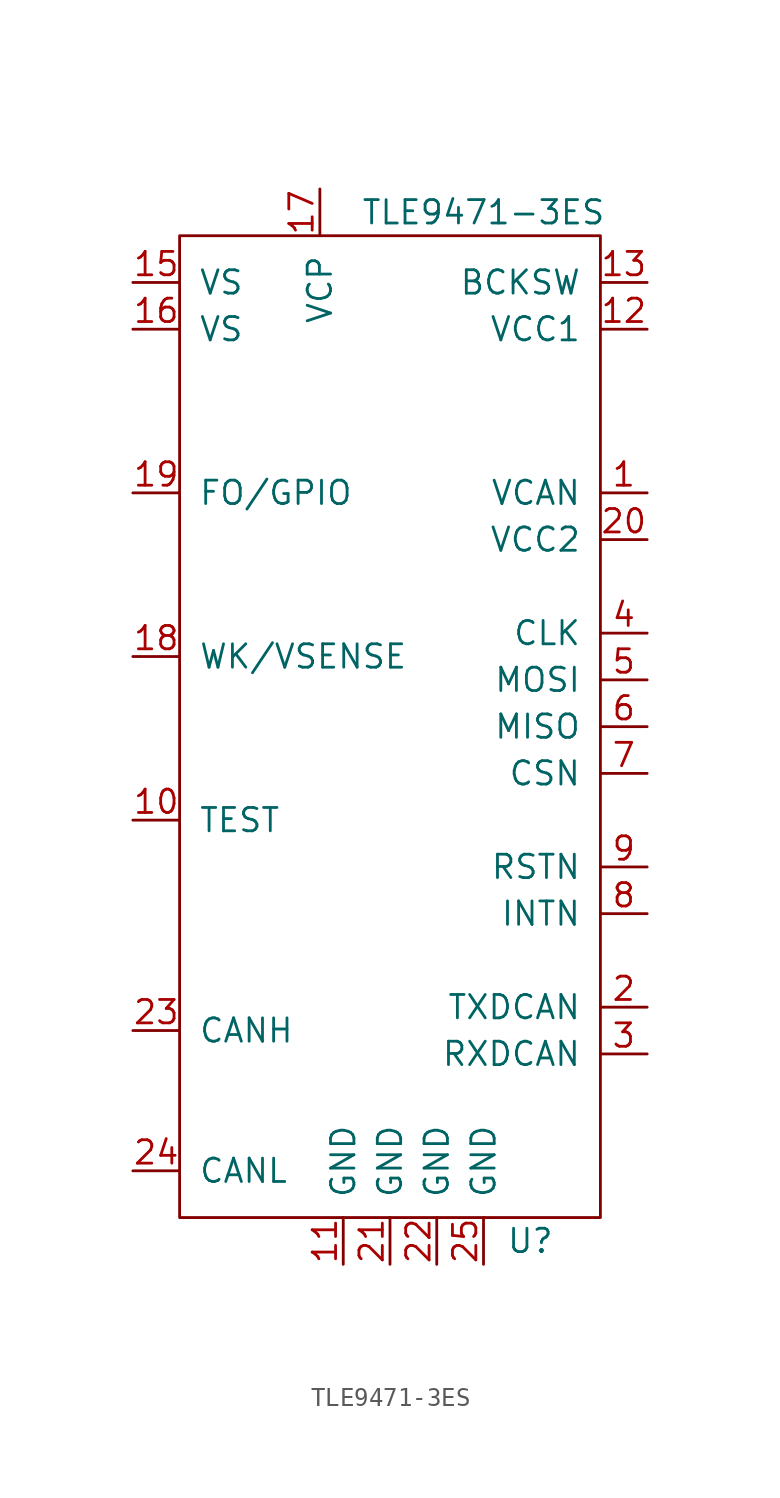
<source format=kicad_sym>
(kicad_symbol_lib
  (version 20241209)
  (generator "kicad_symbol_editor")
  (generator_version "9.0")
  (symbol "TLE9471-3ES"
    (pin_names
      (offset 1.016))
    (property "Reference" "U"
      (at 7.62 -27.94 0)
      (effects (font (size 1.27 1.27))))
    (property "Value" "TLE9471-3ES"
      (at 5.08 27.94 0)
      (effects (font (size 1.27 1.27))))
    (symbol "TLE9471-3ES_0_1"
      (rectangle (start -11.43 26.67) (end 11.43 -26.67) (stroke (width 0) (type solid)) (fill (type none))))
    (symbol "TLE9471-3ES_1_1"
      (pin power_in line (at -13.97 24.13 0) (length 2.54) (name "VS" (effects (font (size 1.27 1.27)))) (number "15" (effects (font (size 1.27 1.27)))))
      (pin power_in line (at -13.97 21.59 0) (length 2.54) (name "VS" (effects (font (size 1.27 1.27)))) (number "16" (effects (font (size 1.27 1.27)))))
      (pin bidirectional line (at -13.97 12.7 0) (length 2.54) (name "FO/GPIO" (effects (font (size 1.27 1.27)))) (number "19" (effects (font (size 1.27 1.27)))))
      (pin bidirectional line (at -13.97 3.81 0) (length 2.54) (name "WK/VSENSE" (effects (font (size 1.27 1.27)))) (number "18" (effects (font (size 1.27 1.27)))))
      (pin input line (at -13.97 -5.08 0) (length 2.54) (name "TEST" (effects (font (size 1.27 1.27)))) (number "10" (effects (font (size 1.27 1.27)))))
      (pin bidirectional line (at -13.97 -16.51 0) (length 2.54) (name "CANH" (effects (font (size 1.27 1.27)))) (number "23" (effects (font (size 1.27 1.27)))))
      (pin bidirectional line (at -13.97 -24.13 0) (length 2.54) (name "CANL" (effects (font (size 1.27 1.27)))) (number "24" (effects (font (size 1.27 1.27)))))
      (pin no_connect line (at -5.08 17.78 180) (length 2.54) (hide yes) (name "~" (effects (font (size 1.27 1.27)))) (number "14" (effects (font (size 1.27 1.27)))))
      (pin output line (at -3.81 29.21 270) (length 2.54) (name "VCP" (effects (font (size 1.27 1.27)))) (number "17" (effects (font (size 1.27 1.27)))))
      (pin power_in line (at -2.54 -29.21 90) (length 2.54) (name "GND" (effects (font (size 1.27 1.27)))) (number "11" (effects (font (size 1.27 1.27)))))
      (pin power_in line (at 0 -29.21 90) (length 2.54) (name "GND" (effects (font (size 1.27 1.27)))) (number "21" (effects (font (size 1.27 1.27)))))
      (pin power_in line (at 2.54 -29.21 90) (length 2.54) (name "GND" (effects (font (size 1.27 1.27)))) (number "22" (effects (font (size 1.27 1.27)))))
      (pin power_in line (at 5.08 -29.21 90) (length 2.54) (name "GND" (effects (font (size 1.27 1.27)))) (number "25" (effects (font (size 1.27 1.27)))))
      (pin power_out line (at 13.97 24.13 180) (length 2.54) (name "BCKSW" (effects (font (size 1.27 1.27)))) (number "13" (effects (font (size 1.27 1.27)))))
      (pin power_out line (at 13.97 21.59 180) (length 2.54) (name "VCC1" (effects (font (size 1.27 1.27)))) (number "12" (effects (font (size 1.27 1.27)))))
      (pin power_in line (at 13.97 12.7 180) (length 2.54) (name "VCAN" (effects (font (size 1.27 1.27)))) (number "1" (effects (font (size 1.27 1.27)))))
      (pin power_out line (at 13.97 10.16 180) (length 2.54) (name "VCC2" (effects (font (size 1.27 1.27)))) (number "20" (effects (font (size 1.27 1.27)))))
      (pin input line (at 13.97 5.08 180) (length 2.54) (name "CLK" (effects (font (size 1.27 1.27)))) (number "4" (effects (font (size 1.27 1.27)))))
      (pin input line (at 13.97 2.54 180) (length 2.54) (name "MOSI" (effects (font (size 1.27 1.27)))) (number "5" (effects (font (size 1.27 1.27)))))
      (pin output line (at 13.97 0 180) (length 2.54) (name "MISO" (effects (font (size 1.27 1.27)))) (number "6" (effects (font (size 1.27 1.27)))))
      (pin input line (at 13.97 -2.54 180) (length 2.54) (name "CSN" (effects (font (size 1.27 1.27)))) (number "7" (effects (font (size 1.27 1.27)))))
      (pin output line (at 13.97 -7.62 180) (length 2.54) (name "RSTN" (effects (font (size 1.27 1.27)))) (number "9" (effects (font (size 1.27 1.27)))))
      (pin output line (at 13.97 -10.16 180) (length 2.54) (name "INTN" (effects (font (size 1.27 1.27)))) (number "8" (effects (font (size 1.27 1.27)))))
      (pin input line (at 13.97 -15.24 180) (length 2.54) (name "TXDCAN" (effects (font (size 1.27 1.27)))) (number "2" (effects (font (size 1.27 1.27)))))
      (pin output line (at 13.97 -17.78 180) (length 2.54) (name "RXDCAN" (effects (font (size 1.27 1.27)))) (number "3" (effects (font (size 1.27 1.27))))))))
</source>
